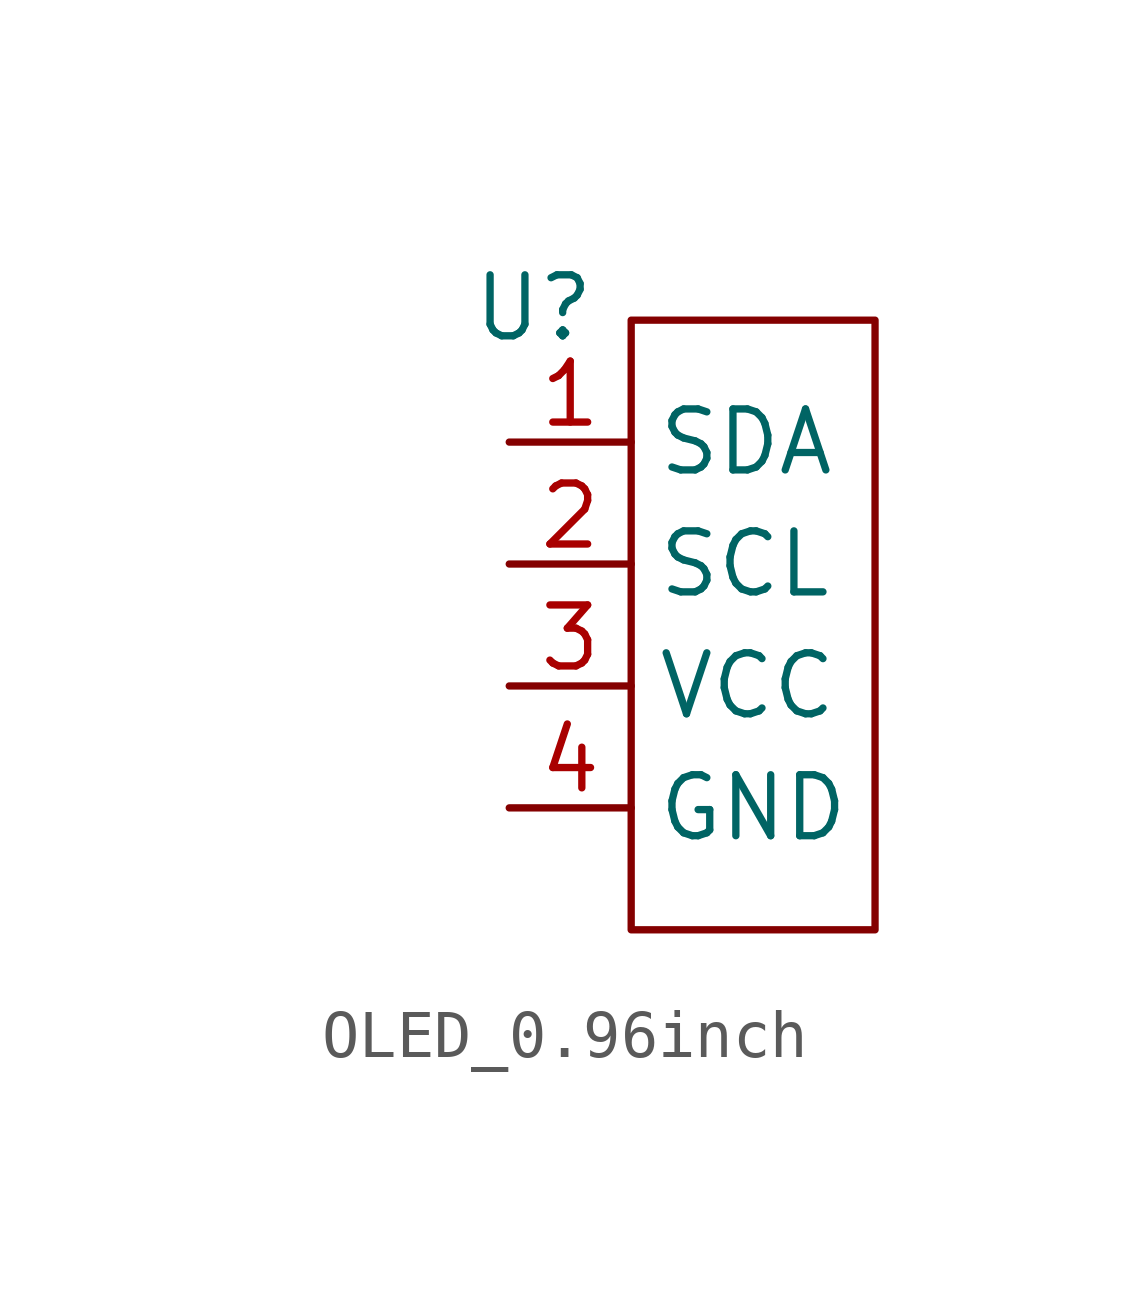
<source format=kicad_sym>
(kicad_symbol_lib
  (version 20231120)
  (generator "kicad_symbol_editor")
  (generator_version "8.0")
  (symbol "OLED_0.96inch"
    (property "Reference" "U"
      (at -0.762 6.604 0)
      (effects (font (size 1.27 1.27))))
    (property "Value" ""
      (at -6.35 1.27 0)
      (effects (font (size 1.27 1.27))))
    (symbol "OLED_0.96inch_0_1"
      (rectangle (start 1.27 6.35) (end 6.35 -6.35) (stroke (width 0) (type default)) (fill (type none))))
    (symbol "OLED_0.96inch_1_1"
      (pin input line (at -1.27 3.81 0) (length 2.54) (name "SDA" (effects (font (size 1.27 1.27)))) (number "1" (effects (font (size 1.27 1.27)))))
      (pin input line (at -1.27 1.27 0) (length 2.54) (name "SCL" (effects (font (size 1.27 1.27)))) (number "2" (effects (font (size 1.27 1.27)))))
      (pin input line (at -1.27 -1.27 0) (length 2.54) (name "VCC" (effects (font (size 1.27 1.27)))) (number "3" (effects (font (size 1.27 1.27)))))
      (pin input line (at -1.27 -3.81 0) (length 2.54) (name "GND" (effects (font (size 1.27 1.27)))) (number "4" (effects (font (size 1.27 1.27))))))))
</source>
